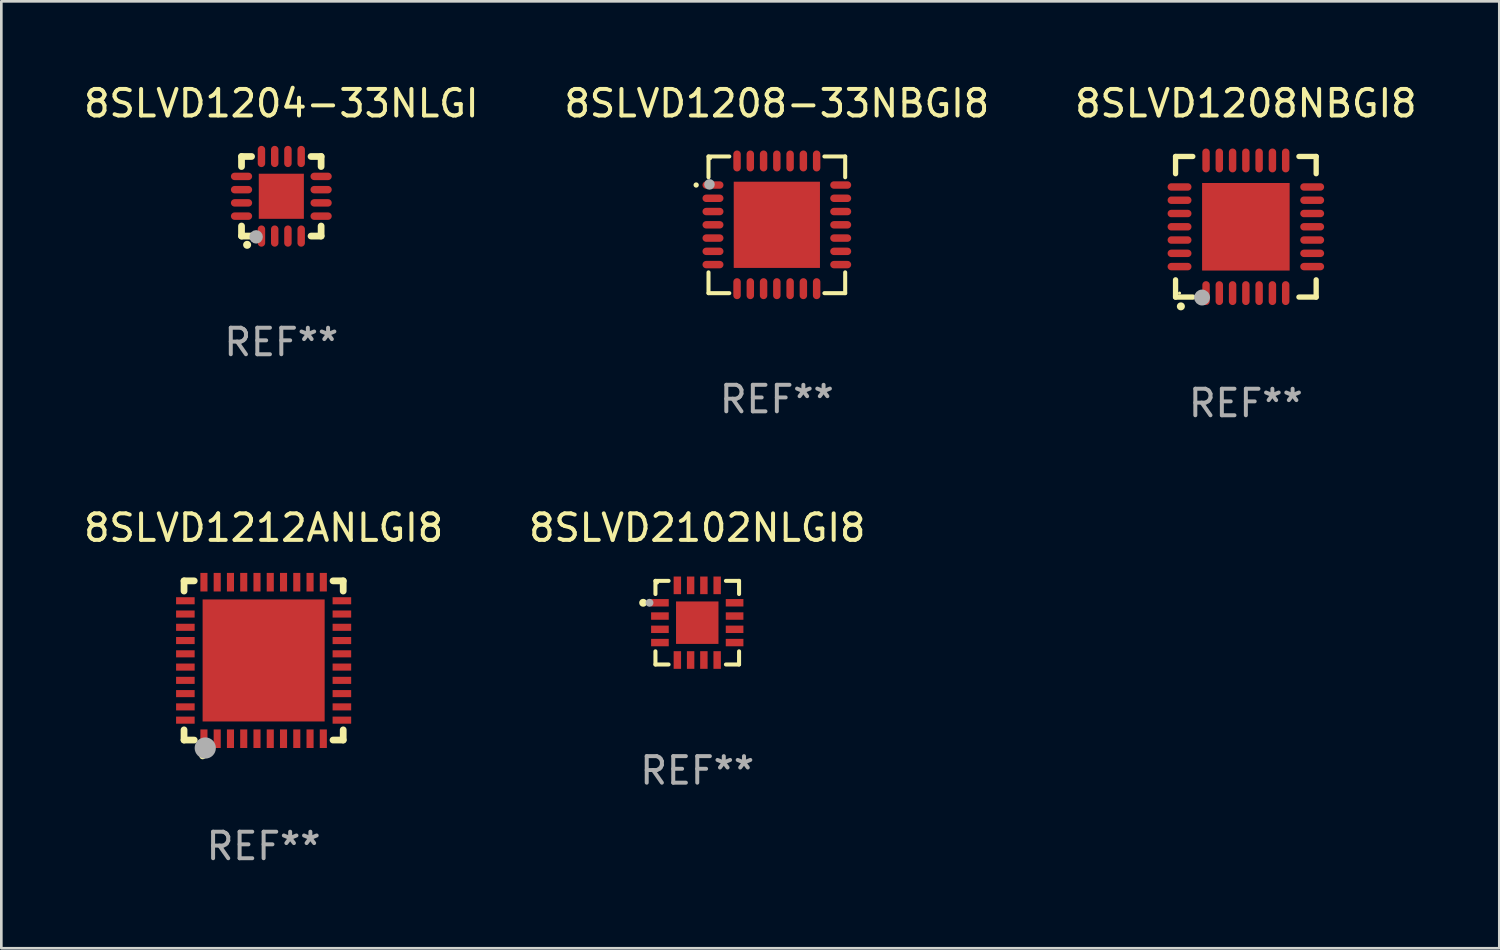
<source format=kicad_pcb>
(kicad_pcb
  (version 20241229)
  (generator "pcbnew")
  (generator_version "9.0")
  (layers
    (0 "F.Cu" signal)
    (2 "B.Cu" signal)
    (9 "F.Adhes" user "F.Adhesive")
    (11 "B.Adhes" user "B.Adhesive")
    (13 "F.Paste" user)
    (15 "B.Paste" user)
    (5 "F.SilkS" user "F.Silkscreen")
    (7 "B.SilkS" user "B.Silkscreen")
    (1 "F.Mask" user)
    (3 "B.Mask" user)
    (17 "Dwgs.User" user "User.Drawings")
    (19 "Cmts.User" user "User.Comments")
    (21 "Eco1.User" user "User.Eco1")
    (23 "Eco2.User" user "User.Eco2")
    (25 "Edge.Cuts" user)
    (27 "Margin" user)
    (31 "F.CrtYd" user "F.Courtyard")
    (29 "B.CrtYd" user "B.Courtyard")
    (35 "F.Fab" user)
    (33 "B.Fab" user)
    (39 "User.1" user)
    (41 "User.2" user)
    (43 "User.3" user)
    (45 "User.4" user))
  (footprint "8SLVD1208-33NBGI8"
    (layer "F.Cu")
    (at 26.232 5.424)
    (property "Reference" "8SLVD1208-33NBGI8" (at 0 -4.576 0) (layer "F.SilkS") (effects (font (size 1 1) (thickness 0.15))))
    (attr through_hole)
    (fp_line (start -2.576 -2.576) (end -1.792 -2.576) (stroke (width 0.152) (type solid)) (layer "F.SilkS"))
    (fp_line (start -2.576 -1.792) (end -2.576 -2.576) (stroke (width 0.152) (type solid)) (layer "F.SilkS"))
    (fp_line (start -2.576 1.792) (end -2.576 2.576) (stroke (width 0.152) (type solid)) (layer "F.SilkS"))
    (fp_line (start -2.576 2.576) (end -1.792 2.576) (stroke (width 0.152) (type solid)) (layer "F.SilkS"))
    (fp_line (start 2.576 -2.576) (end 1.792 -2.576) (stroke (width 0.152) (type solid)) (layer "F.SilkS"))
    (fp_line (start 2.576 -1.792) (end 2.576 -2.576) (stroke (width 0.152) (type solid)) (layer "F.SilkS"))
    (fp_line (start 2.576 1.792) (end 2.576 2.576) (stroke (width 0.152) (type solid)) (layer "F.SilkS"))
    (fp_line (start 2.576 2.576) (end 1.792 2.576) (stroke (width 0.152) (type solid)) (layer "F.SilkS"))
    (fp_circle (center -3.041 -1.5) (end -2.991 -1.5) (stroke (width 0.1) (type solid)) (fill no) (layer "F.SilkS"))
    (fp_circle (center -2.5 -2.5) (end -2.47 -2.5) (stroke (width 0.06) (type solid)) (fill no) (layer "F.SilkS"))
    (fp_circle (center -2.54 -1.524) (end -2.44 -1.524) (stroke (width 0.2) (type solid)) (fill no) (layer "F.Fab"))
    (fp_text user "REF**" (at 0 6.576 0) (layer "F.Fab") (effects (font (size 1 1) (thickness 0.15))))
    (pad "1" smd oval (at -2.407 -1.5) (size 0.79 0.28) (layers "F.Cu" "F.Mask" "F.Paste"))
    (pad "2" smd oval (at -2.407 -1) (size 0.79 0.28) (layers "F.Cu" "F.Mask" "F.Paste"))
    (pad "3" smd oval (at -2.407 -0.5) (size 0.79 0.28) (layers "F.Cu" "F.Mask" "F.Paste"))
    (pad "4" smd oval (at -2.407 0) (size 0.79 0.28) (layers "F.Cu" "F.Mask" "F.Paste"))
    (pad "5" smd oval (at -2.407 0.5) (size 0.79 0.28) (layers "F.Cu" "F.Mask" "F.Paste"))
    (pad "6" smd oval (at -2.407 1) (size 0.79 0.28) (layers "F.Cu" "F.Mask" "F.Paste"))
    (pad "7" smd oval (at -2.407 1.5) (size 0.79 0.28) (layers "F.Cu" "F.Mask" "F.Paste"))
    (pad "8" smd oval (at -1.5 2.407) (size 0.28 0.79) (layers "F.Cu" "F.Mask" "F.Paste"))
    (pad "9" smd oval (at -1 2.407) (size 0.28 0.79) (layers "F.Cu" "F.Mask" "F.Paste"))
    (pad "10" smd oval (at -0.5 2.407) (size 0.28 0.79) (layers "F.Cu" "F.Mask" "F.Paste"))
    (pad "11" smd oval (at 0 2.407) (size 0.28 0.79) (layers "F.Cu" "F.Mask" "F.Paste"))
    (pad "12" smd oval (at 0.5 2.407) (size 0.28 0.79) (layers "F.Cu" "F.Mask" "F.Paste"))
    (pad "13" smd oval (at 1 2.407) (size 0.28 0.79) (layers "F.Cu" "F.Mask" "F.Paste"))
    (pad "14" smd oval (at 1.5 2.407) (size 0.28 0.79) (layers "F.Cu" "F.Mask" "F.Paste"))
    (pad "15" smd oval (at 2.407 1.5) (size 0.79 0.28) (layers "F.Cu" "F.Mask" "F.Paste"))
    (pad "16" smd oval (at 2.407 1) (size 0.79 0.28) (layers "F.Cu" "F.Mask" "F.Paste"))
    (pad "17" smd oval (at 2.407 0.5) (size 0.79 0.28) (layers "F.Cu" "F.Mask" "F.Paste"))
    (pad "18" smd oval (at 2.407 0) (size 0.79 0.28) (layers "F.Cu" "F.Mask" "F.Paste"))
    (pad "19" smd oval (at 2.407 -0.5) (size 0.79 0.28) (layers "F.Cu" "F.Mask" "F.Paste"))
    (pad "20" smd oval (at 2.407 -1) (size 0.79 0.28) (layers "F.Cu" "F.Mask" "F.Paste"))
    (pad "21" smd oval (at 2.407 -1.5) (size 0.79 0.28) (layers "F.Cu" "F.Mask" "F.Paste"))
    (pad "22" smd oval (at 1.5 -2.407) (size 0.28 0.79) (layers "F.Cu" "F.Mask" "F.Paste"))
    (pad "23" smd oval (at 1 -2.407) (size 0.28 0.79) (layers "F.Cu" "F.Mask" "F.Paste"))
    (pad "24" smd oval (at 0.5 -2.407) (size 0.28 0.79) (layers "F.Cu" "F.Mask" "F.Paste"))
    (pad "25" smd oval (at 0 -2.407) (size 0.28 0.79) (layers "F.Cu" "F.Mask" "F.Paste"))
    (pad "26" smd oval (at -0.5 -2.407) (size 0.28 0.79) (layers "F.Cu" "F.Mask" "F.Paste"))
    (pad "27" smd oval (at -1 -2.407) (size 0.28 0.79) (layers "F.Cu" "F.Mask" "F.Paste"))
    (pad "28" smd oval (at -1.5 -2.407) (size 0.28 0.79) (layers "F.Cu" "F.Mask" "F.Paste"))
    (pad "29" smd rect (at 0 0) (size 3.25 3.25) (layers "F.Cu" "F.Mask" "F.Paste")))
  (footprint "8SLVD2102NLGI8"
    (layer "F.Cu")
    (at 23.232 20.421)
    (property "Reference" "8SLVD2102NLGI8" (at 0 -3.576 0) (layer "F.SilkS") (effects (font (size 1 1) (thickness 0.15))))
    (attr through_hole)
    (fp_line (start -1.576 -1.576) (end -1.576 -1.08) (stroke (width 0.152) (type solid)) (layer "F.SilkS"))
    (fp_line (start -1.576 1.576) (end -1.576 1.08) (stroke (width 0.152) (type solid)) (layer "F.SilkS"))
    (fp_line (start -1.08 -1.576) (end -1.576 -1.576) (stroke (width 0.152) (type solid)) (layer "F.SilkS"))
    (fp_line (start -1.08 1.576) (end -1.576 1.576) (stroke (width 0.152) (type solid)) (layer "F.SilkS"))
    (fp_line (start 1.08 -1.576) (end 1.576 -1.576) (stroke (width 0.152) (type solid)) (layer "F.SilkS"))
    (fp_line (start 1.08 1.576) (end 1.576 1.576) (stroke (width 0.152) (type solid)) (layer "F.SilkS"))
    (fp_line (start 1.576 -1.576) (end 1.576 -1.08) (stroke (width 0.152) (type solid)) (layer "F.SilkS"))
    (fp_line (start 1.576 1.576) (end 1.576 1.08) (stroke (width 0.152) (type solid)) (layer "F.SilkS"))
    (fp_circle (center -2.04 -0.75) (end -1.965 -0.75) (stroke (width 0.15) (type solid)) (fill no) (layer "F.SilkS"))
    (fp_circle (center -1.5 -1.5) (end -1.47 -1.5) (stroke (width 0.06) (type solid)) (fill no) (layer "F.SilkS"))
    (fp_circle (center -1.8 -0.75) (end -1.725 -0.75) (stroke (width 0.15) (type solid)) (fill no) (layer "F.Fab"))
    (fp_text user "REF**" (at 0 5.576 0) (layer "F.Fab") (effects (font (size 1 1) (thickness 0.15))))
    (pad "1" smd rect (at -1.407 -0.75 270) (size 0.28 0.665) (layers "F.Cu" "F.Mask" "F.Paste"))
    (pad "2" smd rect (at -1.407 -0.25 270) (size 0.28 0.665) (layers "F.Cu" "F.Mask" "F.Paste"))
    (pad "3" smd rect (at -1.407 0.25 270) (size 0.28 0.665) (layers "F.Cu" "F.Mask" "F.Paste"))
    (pad "4" smd rect (at -1.407 0.75 270) (size 0.28 0.665) (layers "F.Cu" "F.Mask" "F.Paste"))
    (pad "5" smd rect (at -0.75 1.407 270) (size 0.665 0.28) (layers "F.Cu" "F.Mask" "F.Paste"))
    (pad "6" smd rect (at -0.25 1.407 270) (size 0.665 0.28) (layers "F.Cu" "F.Mask" "F.Paste"))
    (pad "7" smd rect (at 0.25 1.407 270) (size 0.665 0.28) (layers "F.Cu" "F.Mask" "F.Paste"))
    (pad "8" smd rect (at 0.75 1.407 270) (size 0.665 0.28) (layers "F.Cu" "F.Mask" "F.Paste"))
    (pad "9" smd rect (at 1.407 0.75 270) (size 0.28 0.665) (layers "F.Cu" "F.Mask" "F.Paste"))
    (pad "10" smd rect (at 1.407 0.25 270) (size 0.28 0.665) (layers "F.Cu" "F.Mask" "F.Paste"))
    (pad "11" smd rect (at 1.407 -0.25 270) (size 0.28 0.665) (layers "F.Cu" "F.Mask" "F.Paste"))
    (pad "12" smd rect (at 1.407 -0.75 270) (size 0.28 0.665) (layers "F.Cu" "F.Mask" "F.Paste"))
    (pad "13" smd rect (at 0.75 -1.407 270) (size 0.665 0.28) (layers "F.Cu" "F.Mask" "F.Paste"))
    (pad "14" smd rect (at 0.25 -1.407 270) (size 0.665 0.28) (layers "F.Cu" "F.Mask" "F.Paste"))
    (pad "15" smd rect (at -0.25 -1.407 270) (size 0.665 0.28) (layers "F.Cu" "F.Mask" "F.Paste"))
    (pad "16" smd rect (at -0.75 -1.407 270) (size 0.665 0.28) (layers "F.Cu" "F.Mask" "F.Paste"))
    (pad "17" smd rect (at 0 0 270) (size 1.6 1.6) (layers "F.Cu" "F.Mask" "F.Paste")))
  (footprint "8SLVD1208NBGI8"
    (layer "F.Cu")
    (at 43.911 5.498)
    (property "Reference" "8SLVD1208NBGI8" (at 0 -4.65 0) (layer "F.SilkS") (effects (font (size 1 1) (thickness 0.15))))
    (attr through_hole)
    (fp_line (start -2.65 -2.65) (end -2.65 -2) (stroke (width 0.2) (type solid)) (layer "F.SilkS"))
    (fp_line (start -2.65 2.65) (end -2.65 2) (stroke (width 0.2) (type solid)) (layer "F.SilkS"))
    (fp_line (start -2 -2.65) (end -2.65 -2.65) (stroke (width 0.2) (type solid)) (layer "F.SilkS"))
    (fp_line (start -2 2.65) (end -2.65 2.65) (stroke (width 0.2) (type solid)) (layer "F.SilkS"))
    (fp_line (start 2 2.65) (end 2.65 2.65) (stroke (width 0.2) (type solid)) (layer "F.SilkS"))
    (fp_line (start 2.65 -2.65) (end 2 -2.65) (stroke (width 0.2) (type solid)) (layer "F.SilkS"))
    (fp_line (start 2.65 -2) (end 2.65 -2.65) (stroke (width 0.2) (type solid)) (layer "F.SilkS"))
    (fp_line (start 2.65 2.65) (end 2.65 2) (stroke (width 0.2) (type solid)) (layer "F.SilkS"))
    (fp_arc (start -2.451105 2.999746) (mid -2.449835 2.999741) (end -2.448565 2.999746) (stroke (width 0.3) (type solid)) (layer "F.SilkS"))
    (fp_circle (center -2.5 2.5) (end -2.47 2.5) (stroke (width 0.06) (type solid)) (fill no) (layer "F.SilkS"))
    (fp_circle (center -1.651 2.667) (end -1.501 2.667) (stroke (width 0.3) (type solid)) (fill no) (layer "F.Fab"))
    (fp_text user "REF**" (at 0 6.65 0) (layer "F.Fab") (effects (font (size 1 1) (thickness 0.15))))
    (pad "1" smd oval (at -1.501 2.5 180) (size 0.28 0.9) (layers "F.Cu" "F.Mask" "F.Paste"))
    (pad "2" smd oval (at -1.001 2.5 180) (size 0.28 0.9) (layers "F.Cu" "F.Mask" "F.Paste"))
    (pad "3" smd oval (at -0.5 2.5 180) (size 0.28 0.9) (layers "F.Cu" "F.Mask" "F.Paste"))
    (pad "4" smd oval (at 0 2.5 180) (size 0.28 0.9) (layers "F.Cu" "F.Mask" "F.Paste"))
    (pad "5" smd oval (at 0.5 2.5 180) (size 0.28 0.9) (layers "F.Cu" "F.Mask" "F.Paste"))
    (pad "6" smd oval (at 1.001 2.5 180) (size 0.28 0.9) (layers "F.Cu" "F.Mask" "F.Paste"))
    (pad "7" smd oval (at 1.501 2.5 180) (size 0.28 0.9) (layers "F.Cu" "F.Mask" "F.Paste"))
    (pad "8" smd oval (at 2.5 1.501 90) (size 0.28 0.9) (layers "F.Cu" "F.Mask" "F.Paste"))
    (pad "9" smd oval (at 2.5 1.001 90) (size 0.28 0.9) (layers "F.Cu" "F.Mask" "F.Paste"))
    (pad "10" smd oval (at 2.5 0.5 90) (size 0.28 0.9) (layers "F.Cu" "F.Mask" "F.Paste"))
    (pad "11" smd oval (at 2.5 0 90) (size 0.28 0.9) (layers "F.Cu" "F.Mask" "F.Paste"))
    (pad "12" smd oval (at 2.5 -0.5 90) (size 0.28 0.9) (layers "F.Cu" "F.Mask" "F.Paste"))
    (pad "13" smd oval (at 2.5 -1.001 90) (size 0.28 0.9) (layers "F.Cu" "F.Mask" "F.Paste"))
    (pad "14" smd oval (at 2.5 -1.501 90) (size 0.28 0.9) (layers "F.Cu" "F.Mask" "F.Paste"))
    (pad "15" smd oval (at 1.501 -2.5 180) (size 0.28 0.9) (layers "F.Cu" "F.Mask" "F.Paste"))
    (pad "16" smd oval (at 1.001 -2.5 180) (size 0.28 0.9) (layers "F.Cu" "F.Mask" "F.Paste"))
    (pad "17" smd oval (at 0.5 -2.5 180) (size 0.28 0.9) (layers "F.Cu" "F.Mask" "F.Paste"))
    (pad "18" smd oval (at 0 -2.5 180) (size 0.28 0.9) (layers "F.Cu" "F.Mask" "F.Paste"))
    (pad "19" smd oval (at -0.5 -2.5 180) (size 0.28 0.9) (layers "F.Cu" "F.Mask" "F.Paste"))
    (pad "20" smd oval (at -1.001 -2.5 180) (size 0.28 0.9) (layers "F.Cu" "F.Mask" "F.Paste"))
    (pad "21" smd oval (at -1.501 -2.5 180) (size 0.28 0.9) (layers "F.Cu" "F.Mask" "F.Paste"))
    (pad "22" smd oval (at -2.5 -1.501 90) (size 0.28 0.9) (layers "F.Cu" "F.Mask" "F.Paste"))
    (pad "23" smd oval (at -2.5 -1.001 90) (size 0.28 0.9) (layers "F.Cu" "F.Mask" "F.Paste"))
    (pad "24" smd oval (at -2.5 -0.5 90) (size 0.28 0.9) (layers "F.Cu" "F.Mask" "F.Paste"))
    (pad "25" smd oval (at -2.5 0 90) (size 0.28 0.9) (layers "F.Cu" "F.Mask" "F.Paste"))
    (pad "26" smd oval (at -2.5 0.5 90) (size 0.28 0.9) (layers "F.Cu" "F.Mask" "F.Paste"))
    (pad "27" smd oval (at -2.5 1.001 90) (size 0.28 0.9) (layers "F.Cu" "F.Mask" "F.Paste"))
    (pad "28" smd oval (at -2.5 1.501 90) (size 0.28 0.9) (layers "F.Cu" "F.Mask" "F.Paste"))
    (pad "29" smd rect (at 0 0 90) (size 3.3 3.3) (layers "F.Cu" "F.Mask" "F.Paste")))
  (footprint "8SLVD1204-33NLGI"
    (layer "F.Cu")
    (at 7.554 4.348)
    (property "Reference" "8SLVD1204-33NLGI" (at 0 -3.5 0) (layer "F.SilkS") (effects (font (size 1 1) (thickness 0.15))))
    (attr through_hole)
    (fp_line (start -1.5 -1.5) (end -1.121 -1.5) (stroke (width 0.254) (type solid)) (layer "F.SilkS"))
    (fp_line (start -1.5 -1.12) (end -1.5 -1.5) (stroke (width 0.254) (type solid)) (layer "F.SilkS"))
    (fp_line (start -1.5 1.5) (end -1.5 1.121) (stroke (width 0.254) (type solid)) (layer "F.SilkS"))
    (fp_line (start -1.121 1.5) (end -1.5 1.5) (stroke (width 0.254) (type solid)) (layer "F.SilkS"))
    (fp_line (start 1.12 -1.5) (end 1.5 -1.5) (stroke (width 0.254) (type solid)) (layer "F.SilkS"))
    (fp_line (start 1.5 -1.5) (end 1.5 -1.12) (stroke (width 0.254) (type solid)) (layer "F.SilkS"))
    (fp_line (start 1.5 1.121) (end 1.5 1.5) (stroke (width 0.254) (type solid)) (layer "F.SilkS"))
    (fp_line (start 1.5 1.5) (end 1.12 1.5) (stroke (width 0.254) (type solid)) (layer "F.SilkS"))
    (fp_arc (start -1.290005 1.83001) (mid -1.288735 1.830005) (end -1.287465 1.83001) (stroke (width 0.3) (type solid)) (layer "F.SilkS"))
    (fp_circle (center -1.5 1.5) (end -1.47 1.5) (stroke (width 0.06) (type solid)) (fill no) (layer "F.SilkS"))
    (fp_circle (center -0.95 1.53) (end -0.823 1.53) (stroke (width 0.254) (type solid)) (fill no) (layer "F.Fab"))
    (fp_text user "REF**" (at 0 5.5 0) (layer "F.Fab") (effects (font (size 1 1) (thickness 0.15))))
    (pad "1" smd oval (at -0.749 1.5 180) (size 0.28 0.8) (layers "F.Cu" "F.Mask" "F.Paste"))
    (pad "2" smd oval (at -0.249 1.5 180) (size 0.28 0.8) (layers "F.Cu" "F.Mask" "F.Paste"))
    (pad "3" smd oval (at 0.249 1.5 180) (size 0.28 0.8) (layers "F.Cu" "F.Mask" "F.Paste"))
    (pad "4" smd oval (at 0.749 1.5 180) (size 0.28 0.8) (layers "F.Cu" "F.Mask" "F.Paste"))
    (pad "5" smd oval (at 1.5 0.749 90) (size 0.28 0.8) (layers "F.Cu" "F.Mask" "F.Paste"))
    (pad "6" smd oval (at 1.5 0.249 90) (size 0.28 0.8) (layers "F.Cu" "F.Mask" "F.Paste"))
    (pad "7" smd oval (at 1.5 -0.249 90) (size 0.28 0.8) (layers "F.Cu" "F.Mask" "F.Paste"))
    (pad "8" smd oval (at 1.5 -0.749 90) (size 0.28 0.8) (layers "F.Cu" "F.Mask" "F.Paste"))
    (pad "9" smd oval (at 0.749 -1.5 180) (size 0.28 0.8) (layers "F.Cu" "F.Mask" "F.Paste"))
    (pad "10" smd oval (at 0.249 -1.5 180) (size 0.28 0.8) (layers "F.Cu" "F.Mask" "F.Paste"))
    (pad "11" smd oval (at -0.249 -1.5 180) (size 0.28 0.8) (layers "F.Cu" "F.Mask" "F.Paste"))
    (pad "12" smd oval (at -0.749 -1.5 180) (size 0.28 0.8) (layers "F.Cu" "F.Mask" "F.Paste"))
    (pad "13" smd oval (at -1.5 -0.749 90) (size 0.28 0.8) (layers "F.Cu" "F.Mask" "F.Paste"))
    (pad "14" smd oval (at -1.5 -0.249 90) (size 0.28 0.8) (layers "F.Cu" "F.Mask" "F.Paste"))
    (pad "15" smd oval (at -1.5 0.249 90) (size 0.28 0.8) (layers "F.Cu" "F.Mask" "F.Paste"))
    (pad "16" smd oval (at -1.5 0.749 90) (size 0.28 0.8) (layers "F.Cu" "F.Mask" "F.Paste"))
    (pad "17" smd rect (at -0.000114 0.000114 90) (size 1.7 1.7) (layers "F.Cu" "F.Mask" "F.Paste")))
  (footprint "8SLVD1212ANLGI8"
    (layer "F.Cu")
    (at 6.887 21.845)
    (property "Reference" "8SLVD1212ANLGI8" (at 0 -5 0) (layer "F.SilkS") (effects (font (size 1 1) (thickness 0.15))))
    (attr through_hole)
    (fp_line (start -3 -3) (end -2.615 -3) (stroke (width 0.254) (type solid)) (layer "F.SilkS"))
    (fp_line (start -3 -2.615) (end -3 -3) (stroke (width 0.254) (type solid)) (layer "F.SilkS"))
    (fp_line (start -3 3) (end -3 2.615) (stroke (width 0.254) (type solid)) (layer "F.SilkS"))
    (fp_line (start -2.615 3) (end -3 3) (stroke (width 0.254) (type solid)) (layer "F.SilkS"))
    (fp_line (start 2.615 -3) (end 3 -3) (stroke (width 0.254) (type solid)) (layer "F.SilkS"))
    (fp_line (start 3 -3) (end 3 -2.615) (stroke (width 0.254) (type solid)) (layer "F.SilkS"))
    (fp_line (start 3 2.615) (end 3 3) (stroke (width 0.254) (type solid)) (layer "F.SilkS"))
    (fp_line (start 3 3) (end 2.615 3) (stroke (width 0.254) (type solid)) (layer "F.SilkS"))
    (fp_arc (start -2.3 3.6) (mid -2.29873 3.599994) (end -2.29746 3.6) (stroke (width 0.24892) (type solid)) (layer "F.SilkS"))
    (fp_circle (center -3 3) (end -2.97 3) (stroke (width 0.06) (type solid)) (fill no) (layer "F.SilkS"))
    (fp_circle (center -2.2 3.3) (end -2 3.3) (stroke (width 0.4) (type solid)) (fill no) (layer "F.Fab"))
    (fp_text user "REF**" (at 0 7 0) (layer "F.Fab") (effects (font (size 1 1) (thickness 0.15))))
    (pad "1" smd rect (at -2.25 2.95) (size 0.267 0.7) (layers "F.Cu" "F.Mask" "F.Paste"))
    (pad "2" smd rect (at -1.75 2.95) (size 0.267 0.7) (layers "F.Cu" "F.Mask" "F.Paste"))
    (pad "3" smd rect (at -1.25 2.95) (size 0.267 0.7) (layers "F.Cu" "F.Mask" "F.Paste"))
    (pad "4" smd rect (at -0.75 2.95) (size 0.267 0.7) (layers "F.Cu" "F.Mask" "F.Paste"))
    (pad "5" smd rect (at -0.25 2.95) (size 0.267 0.7) (layers "F.Cu" "F.Mask" "F.Paste"))
    (pad "6" smd rect (at 0.25 2.95) (size 0.267 0.7) (layers "F.Cu" "F.Mask" "F.Paste"))
    (pad "7" smd rect (at 0.75 2.95) (size 0.267 0.7) (layers "F.Cu" "F.Mask" "F.Paste"))
    (pad "8" smd rect (at 1.25 2.95) (size 0.267 0.7) (layers "F.Cu" "F.Mask" "F.Paste"))
    (pad "9" smd rect (at 1.75 2.95) (size 0.267 0.7) (layers "F.Cu" "F.Mask" "F.Paste"))
    (pad "10" smd rect (at 2.25 2.95) (size 0.267 0.7) (layers "F.Cu" "F.Mask" "F.Paste"))
    (pad "11" smd rect (at 2.95 2.25) (size 0.7 0.267) (layers "F.Cu" "F.Mask" "F.Paste"))
    (pad "12" smd rect (at 2.95 1.75) (size 0.7 0.267) (layers "F.Cu" "F.Mask" "F.Paste"))
    (pad "13" smd rect (at 2.95 1.25) (size 0.7 0.267) (layers "F.Cu" "F.Mask" "F.Paste"))
    (pad "14" smd rect (at 2.95 0.75) (size 0.7 0.267) (layers "F.Cu" "F.Mask" "F.Paste"))
    (pad "15" smd rect (at 2.95 0.25) (size 0.7 0.267) (layers "F.Cu" "F.Mask" "F.Paste"))
    (pad "16" smd rect (at 2.95 -0.25) (size 0.7 0.267) (layers "F.Cu" "F.Mask" "F.Paste"))
    (pad "17" smd rect (at 2.95 -0.75) (size 0.7 0.267) (layers "F.Cu" "F.Mask" "F.Paste"))
    (pad "18" smd rect (at 2.95 -1.25) (size 0.7 0.267) (layers "F.Cu" "F.Mask" "F.Paste"))
    (pad "19" smd rect (at 2.95 -1.75) (size 0.7 0.267) (layers "F.Cu" "F.Mask" "F.Paste"))
    (pad "20" smd rect (at 2.95 -2.25) (size 0.7 0.267) (layers "F.Cu" "F.Mask" "F.Paste"))
    (pad "21" smd rect (at 2.25 -2.95) (size 0.267 0.7) (layers "F.Cu" "F.Mask" "F.Paste"))
    (pad "22" smd rect (at 1.75 -2.95) (size 0.267 0.7) (layers "F.Cu" "F.Mask" "F.Paste"))
    (pad "23" smd rect (at 1.25 -2.95) (size 0.267 0.7) (layers "F.Cu" "F.Mask" "F.Paste"))
    (pad "24" smd rect (at 0.75 -2.95) (size 0.267 0.7) (layers "F.Cu" "F.Mask" "F.Paste"))
    (pad "25" smd rect (at 0.25 -2.95) (size 0.267 0.7) (layers "F.Cu" "F.Mask" "F.Paste"))
    (pad "26" smd rect (at -0.25 -2.95) (size 0.267 0.7) (layers "F.Cu" "F.Mask" "F.Paste"))
    (pad "27" smd rect (at -0.75 -2.95) (size 0.267 0.7) (layers "F.Cu" "F.Mask" "F.Paste"))
    (pad "28" smd rect (at -1.25 -2.95) (size 0.267 0.7) (layers "F.Cu" "F.Mask" "F.Paste"))
    (pad "29" smd rect (at -1.75 -2.95) (size 0.267 0.7) (layers "F.Cu" "F.Mask" "F.Paste"))
    (pad "30" smd rect (at -2.25 -2.95) (size 0.267 0.7) (layers "F.Cu" "F.Mask" "F.Paste"))
    (pad "31" smd rect (at -2.95 -2.25) (size 0.7 0.267) (layers "F.Cu" "F.Mask" "F.Paste"))
    (pad "32" smd rect (at -2.95 -1.75) (size 0.7 0.267) (layers "F.Cu" "F.Mask" "F.Paste"))
    (pad "33" smd rect (at -2.95 -1.25) (size 0.7 0.267) (layers "F.Cu" "F.Mask" "F.Paste"))
    (pad "34" smd rect (at -2.95 -0.75) (size 0.7 0.267) (layers "F.Cu" "F.Mask" "F.Paste"))
    (pad "35" smd rect (at -2.95 -0.25) (size 0.7 0.267) (layers "F.Cu" "F.Mask" "F.Paste"))
    (pad "36" smd rect (at -2.95 0.25) (size 0.7 0.267) (layers "F.Cu" "F.Mask" "F.Paste"))
    (pad "37" smd rect (at -2.95 0.75) (size 0.7 0.267) (layers "F.Cu" "F.Mask" "F.Paste"))
    (pad "38" smd rect (at -2.95 1.25) (size 0.7 0.267) (layers "F.Cu" "F.Mask" "F.Paste"))
    (pad "39" smd rect (at -2.95 1.75) (size 0.7 0.267) (layers "F.Cu" "F.Mask" "F.Paste"))
    (pad "40" smd rect (at -2.95 2.25) (size 0.7 0.267) (layers "F.Cu" "F.Mask" "F.Paste"))
    (pad "41" smd rect (at 0.000102 0.000102) (size 4.6 4.6) (layers "F.Cu" "F.Mask" "F.Paste")))
  (gr_rect
    (start -3 -3)
    (end 53.464 32.693)
    (stroke (width 0.1) (type default))
    (fill no)
    (layer "Edge.Cuts")))
</source>
